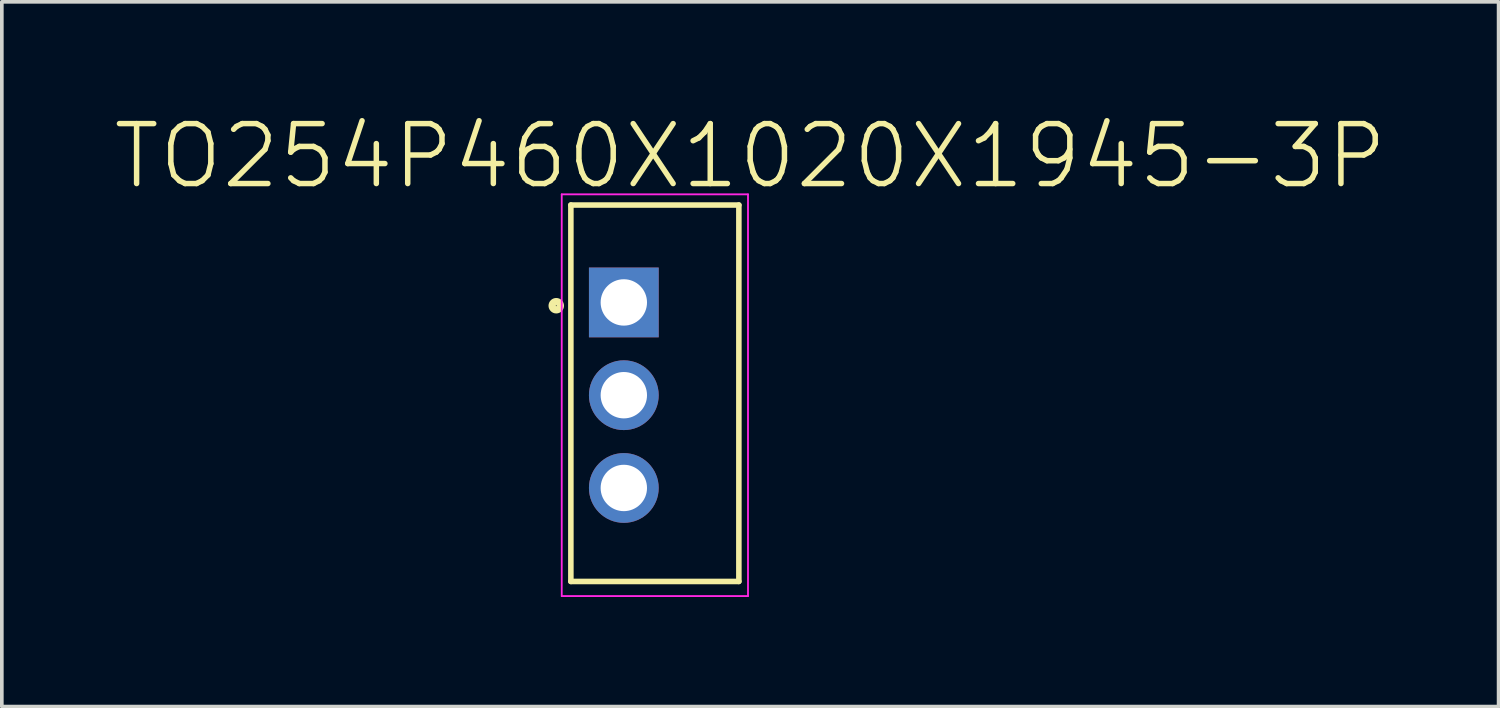
<source format=kicad_pcb>
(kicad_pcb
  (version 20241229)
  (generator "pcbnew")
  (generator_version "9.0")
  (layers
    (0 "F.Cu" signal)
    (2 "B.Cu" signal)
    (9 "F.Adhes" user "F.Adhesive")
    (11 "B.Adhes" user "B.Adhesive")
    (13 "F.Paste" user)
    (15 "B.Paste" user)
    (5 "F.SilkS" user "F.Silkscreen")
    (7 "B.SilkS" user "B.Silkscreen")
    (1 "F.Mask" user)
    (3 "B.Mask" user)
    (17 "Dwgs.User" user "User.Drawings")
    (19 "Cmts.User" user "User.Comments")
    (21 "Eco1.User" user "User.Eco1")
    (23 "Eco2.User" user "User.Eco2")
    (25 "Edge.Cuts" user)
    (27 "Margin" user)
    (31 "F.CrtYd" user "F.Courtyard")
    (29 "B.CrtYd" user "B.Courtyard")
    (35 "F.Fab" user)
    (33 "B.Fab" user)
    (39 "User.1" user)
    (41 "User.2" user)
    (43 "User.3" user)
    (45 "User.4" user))
  (footprint "TO254P460X1020X1945-3P"
    (layer "F.Cu")
    (at 14.031 7.771)
    (property "Reference" "TO254P460X1020X1945-3P" (at 3.46 -6.547 0) (layer "F.SilkS") (effects (font (size 1.641 1.641) (thickness 0.15))))
    (attr through_hole)
    (fp_line (start -1.45 -5.207) (end 3.15 -5.207) (stroke (width 0.152) (type solid)) (layer "F.SilkS"))
    (fp_line (start -1.45 5.1) (end -1.45 -5.207) (stroke (width 0.152) (type solid)) (layer "F.SilkS"))
    (fp_line (start 3.15 -5.207) (end 3.15 5.1) (stroke (width 0.152) (type solid)) (layer "F.SilkS"))
    (fp_line (start 3.15 5.1) (end -1.45 5.1) (stroke (width 0.152) (type solid)) (layer "F.SilkS"))
    (fp_circle (center -1.85 -2.45) (end -1.738 -2.45) (stroke (width 0.2) (type solid)) (fill no) (layer "F.SilkS"))
    (fp_line (start -1.7 -5.5) (end 3.4 -5.5) (stroke (width 0.05) (type solid)) (layer "F.CrtYd"))
    (fp_line (start -1.7 5.5) (end -1.7 -5.5) (stroke (width 0.05) (type solid)) (layer "F.CrtYd"))
    (fp_line (start 3.4 -5.5) (end 3.4 5.5) (stroke (width 0.05) (type solid)) (layer "F.CrtYd"))
    (fp_line (start 3.4 5.5) (end -1.7 5.5) (stroke (width 0.05) (type solid)) (layer "F.CrtYd"))
    (pad "1" thru_hole rect (at 0 -2.54) (size 1.91 1.91) (drill 1.27) (layers "*.Cu" "*.Mask"))
    (pad "2" thru_hole circle (at 0 0) (size 1.91 1.91) (drill 1.27) (layers "*.Cu" "*.Mask"))
    (pad "3" thru_hole circle (at 0 2.54) (size 1.91 1.91) (drill 1.27) (layers "*.Cu" "*.Mask")))
  (gr_rect
    (start -3 -3)
    (end 37.983 16.296)
    (stroke (width 0.1) (type default))
    (fill no)
    (layer "Edge.Cuts")))
</source>
